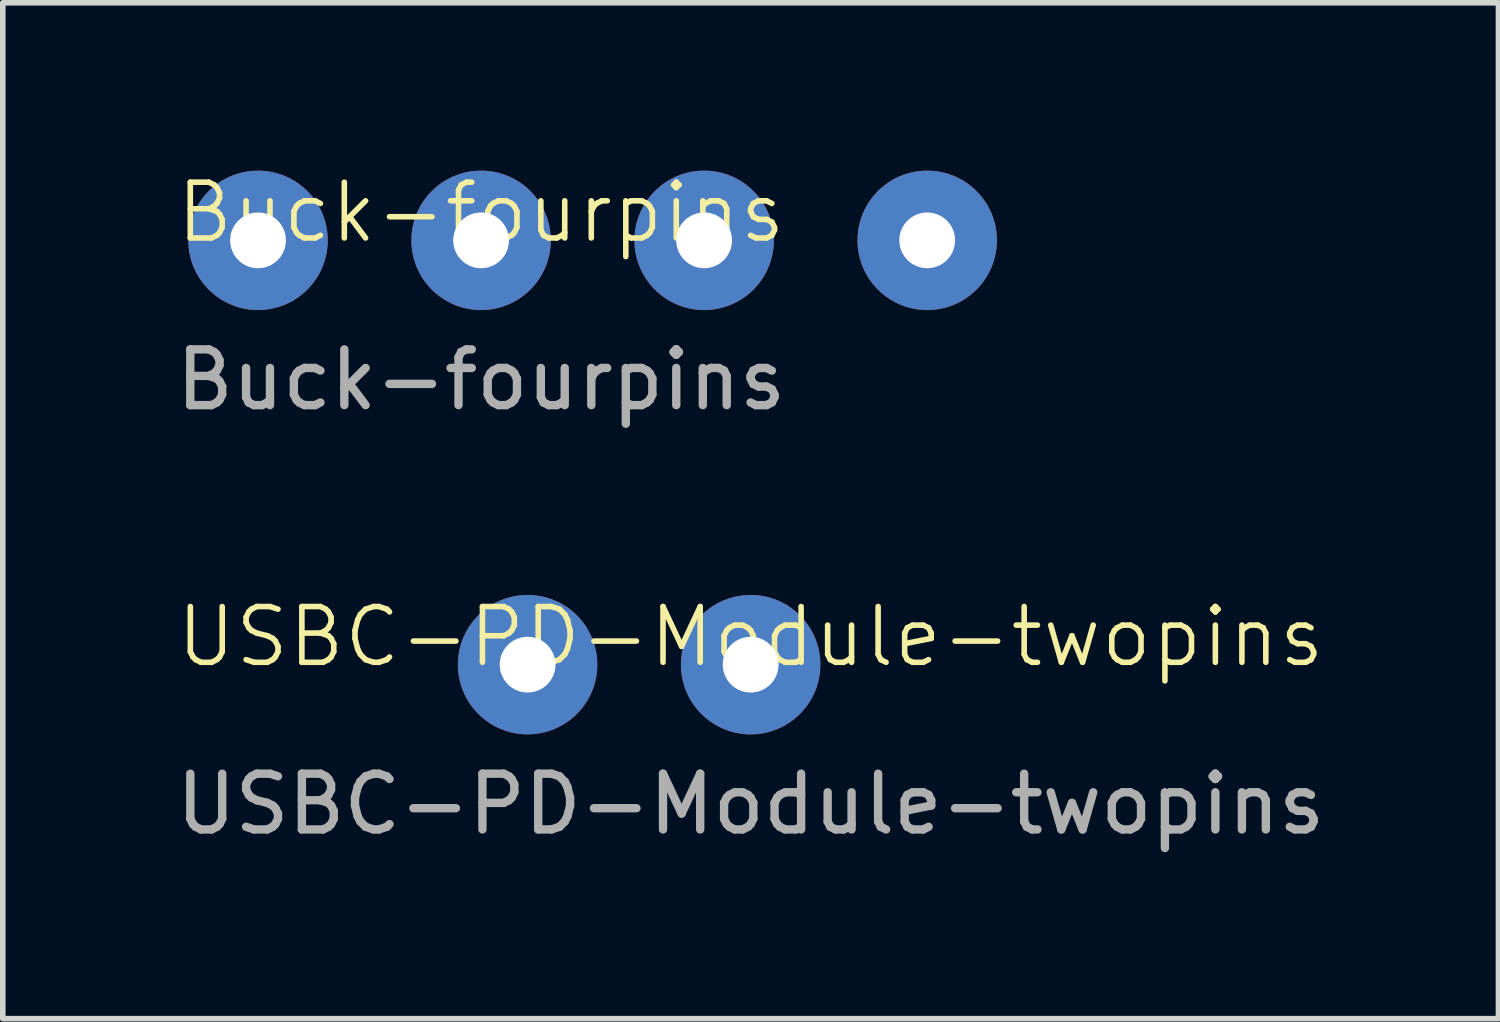
<source format=kicad_pcb>
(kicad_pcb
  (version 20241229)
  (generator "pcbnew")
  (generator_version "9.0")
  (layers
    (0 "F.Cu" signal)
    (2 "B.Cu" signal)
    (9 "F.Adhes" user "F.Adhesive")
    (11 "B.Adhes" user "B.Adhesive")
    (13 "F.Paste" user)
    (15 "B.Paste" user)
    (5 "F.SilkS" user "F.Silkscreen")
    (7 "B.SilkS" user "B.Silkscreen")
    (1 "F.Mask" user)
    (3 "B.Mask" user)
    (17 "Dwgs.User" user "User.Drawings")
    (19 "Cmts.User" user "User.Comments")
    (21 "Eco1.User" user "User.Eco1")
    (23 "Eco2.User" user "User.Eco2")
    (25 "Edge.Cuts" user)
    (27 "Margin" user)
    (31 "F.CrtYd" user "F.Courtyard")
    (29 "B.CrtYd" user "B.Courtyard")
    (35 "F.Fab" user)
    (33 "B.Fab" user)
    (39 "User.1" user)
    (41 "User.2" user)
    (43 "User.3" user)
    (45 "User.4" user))
  (footprint "Buck-fourpins"
    (layer "F.Cu")
    (at 5.577 1.26)
    (property "Reference" "Buck-fourpins" (at 0 -0.5 0) (unlocked yes) (layer "F.SilkS") (effects (font (size 1 1) (thickness 0.1))))
    (attr smd)
    (fp_text user "${REFERENCE}" (at 0 2.5 0) (unlocked yes) (layer "F.Fab") (effects (font (size 1 1) (thickness 0.15))))
    (pad "1" thru_hole circle (at -4 0) (size 2.5 2.5) (drill 1) (layers "*.Cu" "*.Mask"))
    (pad "2" thru_hole circle (at 0 0) (size 2.5 2.5) (drill 1) (layers "*.Cu" "*.Mask"))
    (pad "3" thru_hole circle (at 4 0) (size 2.5 2.5) (drill 1) (layers "*.Cu" "*.Mask"))
    (pad "4" thru_hole circle (at 8 0) (size 2.5 2.5) (drill 1) (layers "*.Cu" "*.Mask")))
  (footprint "USBC-PD-Module-twopins"
    (layer "F.Cu")
    (at 10.411 8.869)
    (property "Reference" "USBC-PD-Module-twopins" (at 0 -0.5 0) (unlocked yes) (layer "F.SilkS") (effects (font (size 1 1) (thickness 0.1))))
    (attr smd)
    (fp_text user "${REFERENCE}" (at 0 2.5 0) (unlocked yes) (layer "F.Fab") (effects (font (size 1 1) (thickness 0.15))))
    (pad "1" thru_hole circle (at -4 0) (size 2.5 2.5) (drill 1) (layers "*.Cu" "*.Mask"))
    (pad "2" thru_hole circle (at 0 0) (size 2.5 2.5) (drill 1) (layers "*.Cu" "*.Mask")))
  (gr_rect
    (start -3 -3)
    (end 23.821 15.217)
    (stroke (width 0.1) (type default))
    (fill no)
    (layer "Edge.Cuts")))
</source>
